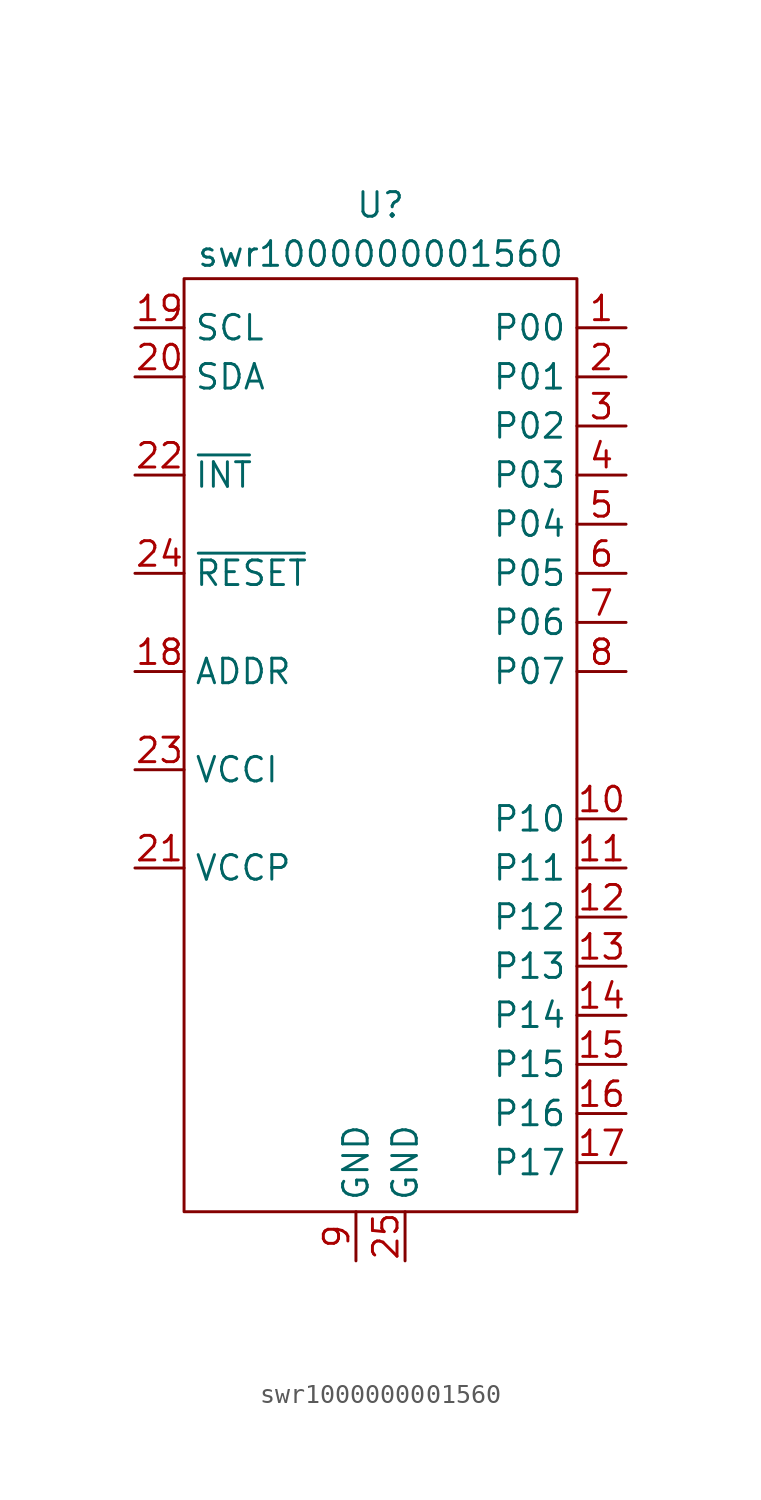
<source format=kicad_sym>
(kicad_symbol_lib
  (version 20211014)
  (generator kicad_symbol_editor)
  (symbol "swr1000000001560"
    (property "Reference" "U"
      (at 0 3.81 0)
      (effects (font (size 1.27 1.27))))
    (property "Value" "swr1000000001560"
      (at 0 1.27 0)
      (effects (font (size 1.27 1.27))))
    (symbol "swr1000000001560_0_0"
      (pin bidirectional line (at 12.7 -2.54 180) (length 2.54) (name "P00" (effects (font (size 1.27 1.27)))) (number "1" (effects (font (size 1.27 1.27)))))
      (pin bidirectional line (at 12.7 -27.94 180) (length 2.54) (name "P10" (effects (font (size 1.27 1.27)))) (number "10" (effects (font (size 1.27 1.27)))))
      (pin bidirectional line (at 12.7 -30.48 180) (length 2.54) (name "P11" (effects (font (size 1.27 1.27)))) (number "11" (effects (font (size 1.27 1.27)))))
      (pin bidirectional line (at 12.7 -33.02 180) (length 2.54) (name "P12" (effects (font (size 1.27 1.27)))) (number "12" (effects (font (size 1.27 1.27)))))
      (pin bidirectional line (at 12.7 -35.56 180) (length 2.54) (name "P13" (effects (font (size 1.27 1.27)))) (number "13" (effects (font (size 1.27 1.27)))))
      (pin bidirectional line (at 12.7 -38.1 180) (length 2.54) (name "P14" (effects (font (size 1.27 1.27)))) (number "14" (effects (font (size 1.27 1.27)))))
      (pin bidirectional line (at 12.7 -40.64 180) (length 2.54) (name "P15" (effects (font (size 1.27 1.27)))) (number "15" (effects (font (size 1.27 1.27)))))
      (pin bidirectional line (at 12.7 -43.18 180) (length 2.54) (name "P16" (effects (font (size 1.27 1.27)))) (number "16" (effects (font (size 1.27 1.27)))))
      (pin bidirectional line (at 12.7 -45.72 180) (length 2.54) (name "P17" (effects (font (size 1.27 1.27)))) (number "17" (effects (font (size 1.27 1.27)))))
      (pin input line (at -12.7 -20.32 0) (length 2.54) (name "ADDR" (effects (font (size 1.27 1.27)))) (number "18" (effects (font (size 1.27 1.27)))))
      (pin input line (at -12.7 -2.54 0) (length 2.54) (name "SCL" (effects (font (size 1.27 1.27)))) (number "19" (effects (font (size 1.27 1.27)))))
      (pin bidirectional line (at 12.7 -5.08 180) (length 2.54) (name "P01" (effects (font (size 1.27 1.27)))) (number "2" (effects (font (size 1.27 1.27)))))
      (pin bidirectional line (at -12.7 -5.08 0) (length 2.54) (name "SDA" (effects (font (size 1.27 1.27)))) (number "20" (effects (font (size 1.27 1.27)))))
      (pin bidirectional line (at -12.7 -30.48 0) (length 2.54) (name "VCCP" (effects (font (size 1.27 1.27)))) (number "21" (effects (font (size 1.27 1.27)))))
      (pin output line (at -12.7 -10.16 0) (length 2.54) (name "~{INT}" (effects (font (size 1.27 1.27)))) (number "22" (effects (font (size 1.27 1.27)))))
      (pin power_in line (at -12.7 -25.4 0) (length 2.54) (name "VCCI" (effects (font (size 1.27 1.27)))) (number "23" (effects (font (size 1.27 1.27)))))
      (pin input line (at -12.7 -15.24 0) (length 2.54) (name "~{RESET}" (effects (font (size 1.27 1.27)))) (number "24" (effects (font (size 1.27 1.27)))))
      (pin power_in line (at 1.27 -50.8 90) (length 2.54) (name "GND" (effects (font (size 1.27 1.27)))) (number "25" (effects (font (size 1.27 1.27)))))
      (pin bidirectional line (at 12.7 -7.62 180) (length 2.54) (name "P02" (effects (font (size 1.27 1.27)))) (number "3" (effects (font (size 1.27 1.27)))))
      (pin bidirectional line (at 12.7 -10.16 180) (length 2.54) (name "P03" (effects (font (size 1.27 1.27)))) (number "4" (effects (font (size 1.27 1.27)))))
      (pin bidirectional line (at 12.7 -12.7 180) (length 2.54) (name "P04" (effects (font (size 1.27 1.27)))) (number "5" (effects (font (size 1.27 1.27)))))
      (pin bidirectional line (at 12.7 -15.24 180) (length 2.54) (name "P05" (effects (font (size 1.27 1.27)))) (number "6" (effects (font (size 1.27 1.27)))))
      (pin bidirectional line (at 12.7 -17.78 180) (length 2.54) (name "P06" (effects (font (size 1.27 1.27)))) (number "7" (effects (font (size 1.27 1.27)))))
      (pin bidirectional line (at 12.7 -20.32 180) (length 2.54) (name "P07" (effects (font (size 1.27 1.27)))) (number "8" (effects (font (size 1.27 1.27)))))
      (pin power_in line (at -1.27 -50.8 90) (length 2.54) (name "GND" (effects (font (size 1.27 1.27)))) (number "9" (effects (font (size 1.27 1.27))))))
    (symbol "swr1000000001560_0_1"
      (rectangle (start -10.16 0) (end 10.16 -48.26) (stroke (width 0) (type default) (color 0 0 0 0)) (fill (type none))))))
</source>
